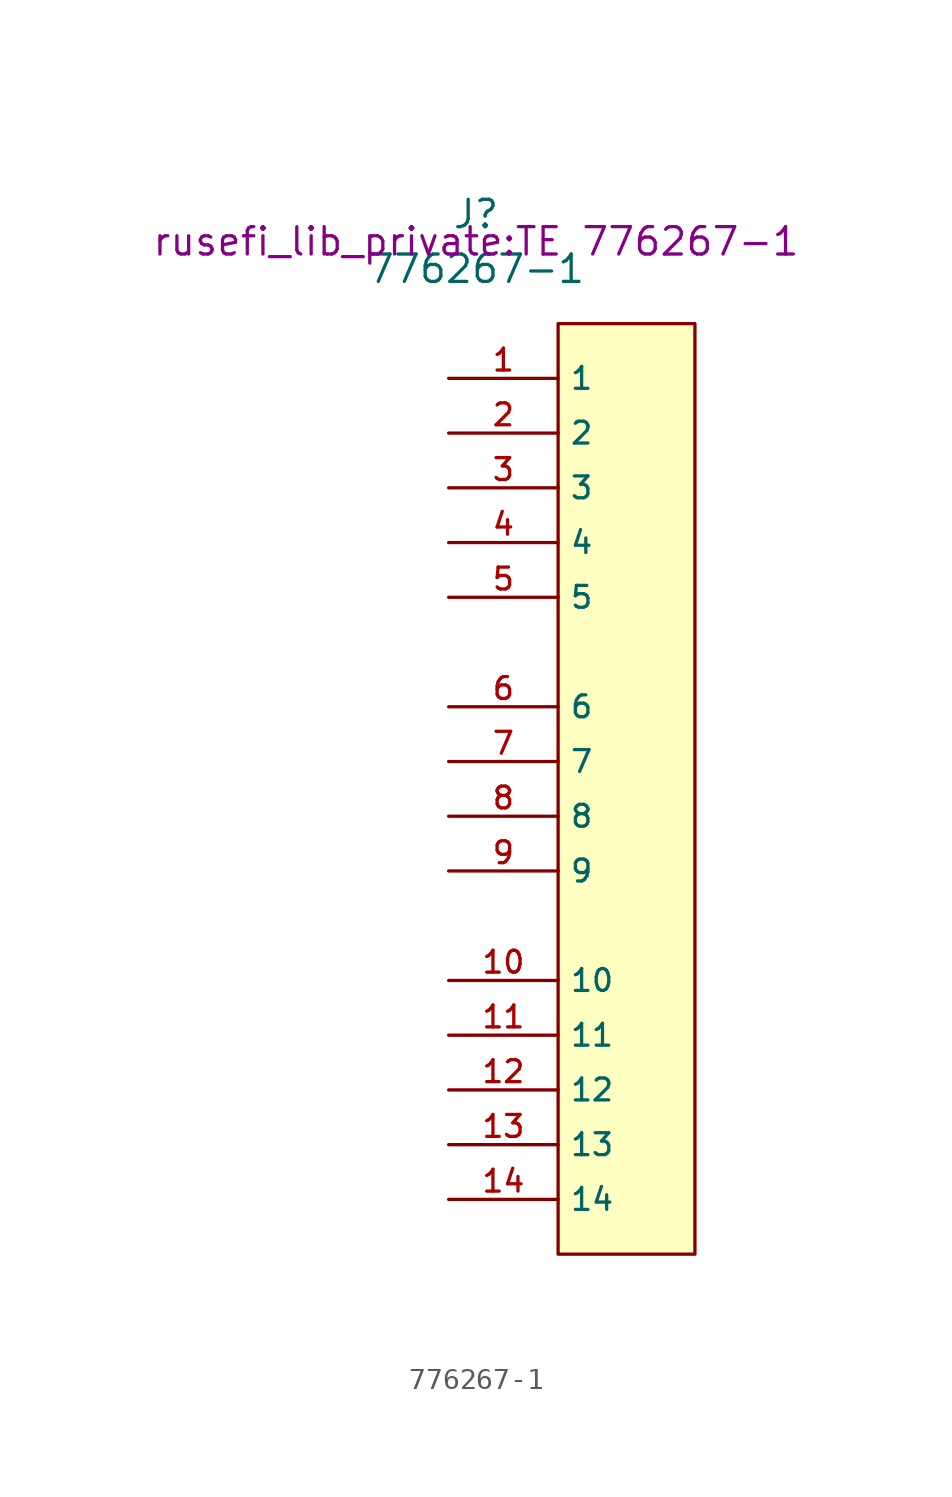
<source format=kicad_sym>
(kicad_symbol_lib
  (version 20211014)
  (generator kicad_symbol_editor)
  (symbol "776267-1"
    (property "Reference" "J"
      (at 1.27 7.62 0)
      (effects (font (size 1.27 1.27))))
    (property "Value" "776267-1"
      (at 1.27 5.08 0)
      (effects (font (size 1.27 1.27))))
    (property "Footprint" "rusefi_lib_private:TE 776267-1"
      (at 1.27 6.35 0)
      (effects (font (size 1.27 1.27))))
    (symbol "776267-1_1_0"
      (pin passive line (at 0 0 0) (length 5.08) (name "1" (effects (font (size 1.016 1.016)))) (number "1" (effects (font (size 1.016 1.016)))))
      (pin passive line (at 0 -27.94 0) (length 5.08) (name "10" (effects (font (size 1.016 1.016)))) (number "10" (effects (font (size 1.016 1.016)))))
      (pin passive line (at 0 -30.48 0) (length 5.08) (name "11" (effects (font (size 1.016 1.016)))) (number "11" (effects (font (size 1.016 1.016)))))
      (pin passive line (at 0 -33.02 0) (length 5.08) (name "12" (effects (font (size 1.016 1.016)))) (number "12" (effects (font (size 1.016 1.016)))))
      (pin passive line (at 0 -35.56 0) (length 5.08) (name "13" (effects (font (size 1.016 1.016)))) (number "13" (effects (font (size 1.016 1.016)))))
      (pin passive line (at 0 -38.1 0) (length 5.08) (name "14" (effects (font (size 1.016 1.016)))) (number "14" (effects (font (size 1.016 1.016)))))
      (pin passive line (at 0 -2.54 0) (length 5.08) (name "2" (effects (font (size 1.016 1.016)))) (number "2" (effects (font (size 1.016 1.016)))))
      (pin passive line (at 0 -5.08 0) (length 5.08) (name "3" (effects (font (size 1.016 1.016)))) (number "3" (effects (font (size 1.016 1.016)))))
      (pin passive line (at 0 -7.62 0) (length 5.08) (name "4" (effects (font (size 1.016 1.016)))) (number "4" (effects (font (size 1.016 1.016)))))
      (pin passive line (at 0 -10.16 0) (length 5.08) (name "5" (effects (font (size 1.016 1.016)))) (number "5" (effects (font (size 1.016 1.016)))))
      (pin passive line (at 0 -15.24 0) (length 5.08) (name "6" (effects (font (size 1.016 1.016)))) (number "6" (effects (font (size 1.016 1.016)))))
      (pin passive line (at 0 -17.78 0) (length 5.08) (name "7" (effects (font (size 1.016 1.016)))) (number "7" (effects (font (size 1.016 1.016)))))
      (pin passive line (at 0 -20.32 0) (length 5.08) (name "8" (effects (font (size 1.016 1.016)))) (number "8" (effects (font (size 1.016 1.016)))))
      (pin passive line (at 0 -22.86 0) (length 5.08) (name "9" (effects (font (size 1.016 1.016)))) (number "9" (effects (font (size 1.016 1.016))))))
    (symbol "776267-1_1_1"
      (rectangle (start 5.08 2.54) (end 11.43 -40.64) (stroke (width 0) (type default) (color 0 0 0 0)) (fill (type background))))))
</source>
